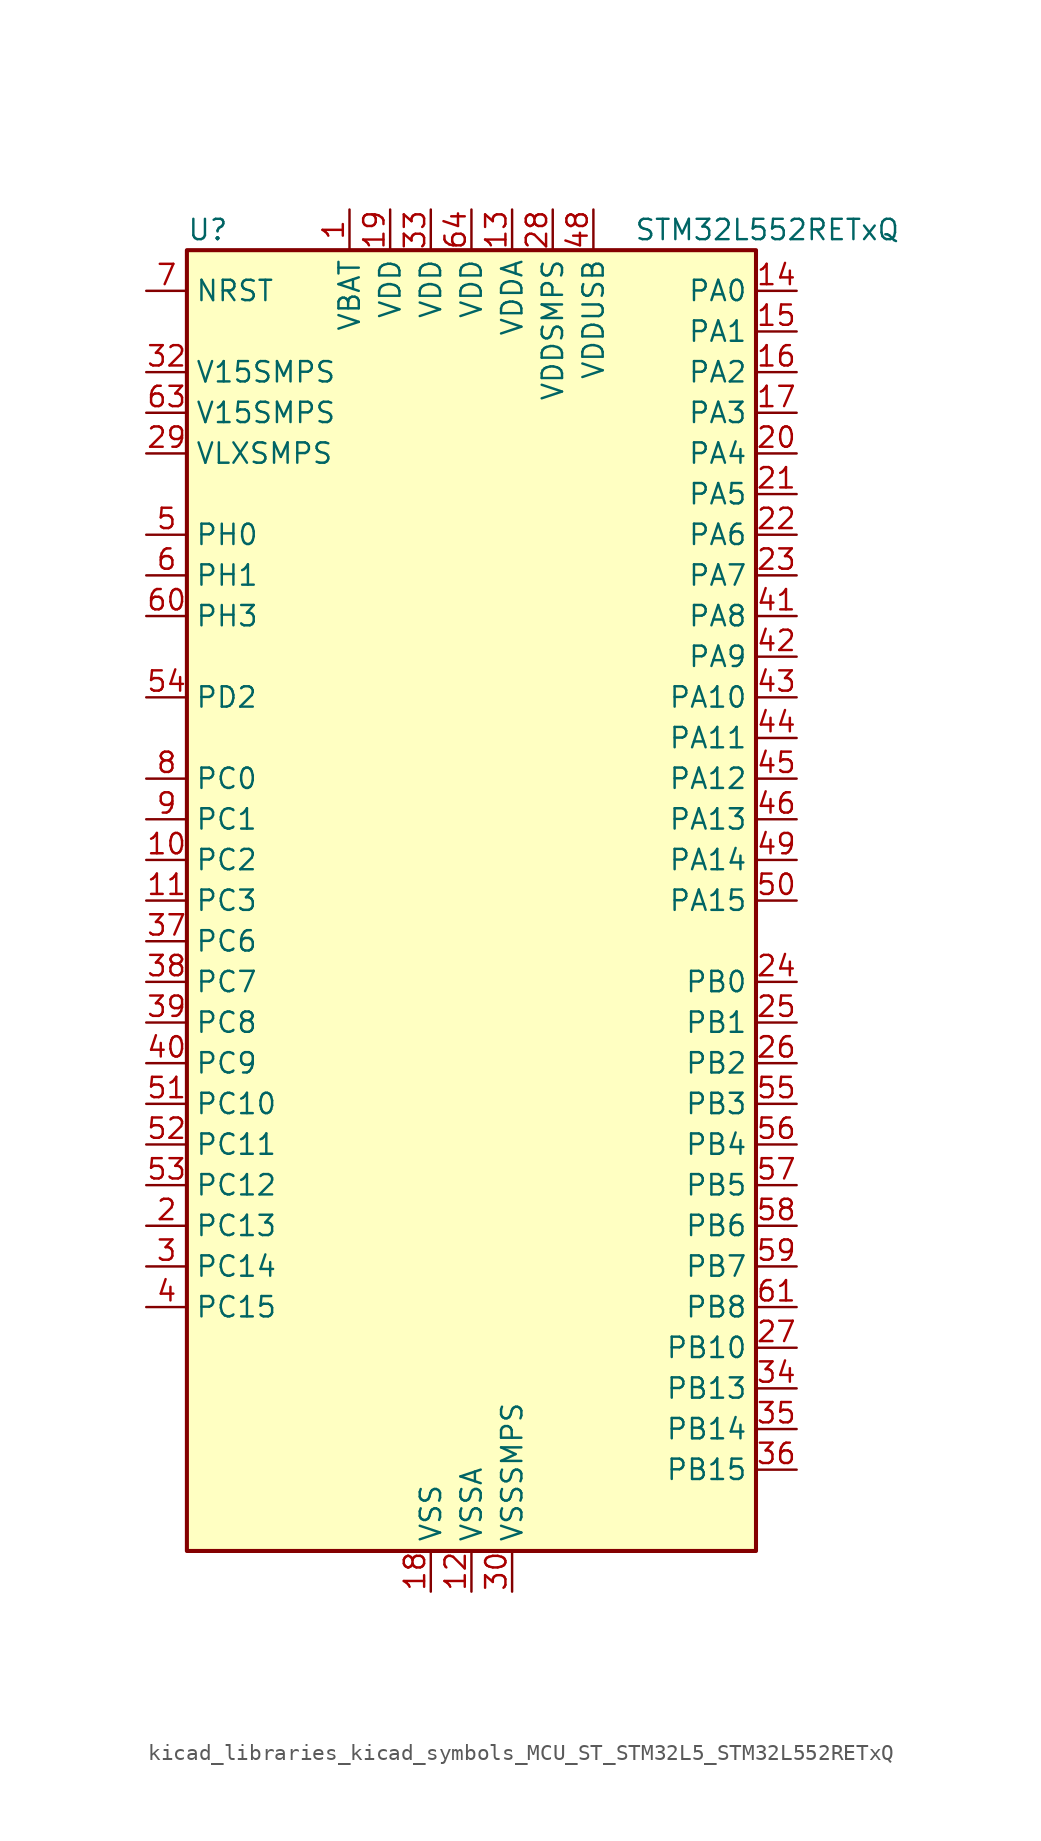
<source format=kicad_sym>
(kicad_symbol_lib
  (version 20220914)
  (generator kicad_symbol_editor)
  (symbol "kicad_libraries_kicad_symbols_MCU_ST_STM32L5_STM32L552RETxQ"
    (property "Reference" "U"
      (at -17.78 41.91 0)
      (effects (font (size 1.27 1.27)) (justify left)))
    (property "Value" "STM32L552RETxQ"
      (at 10.16 41.91 0)
      (effects (font (size 1.27 1.27)) (justify left)))
    (property "ki_locked" ""
      (at 0 0 0)
      (effects (font (size 1.27 1.27))))
    (symbol "kicad_libraries_kicad_symbols_MCU_ST_STM32L5_STM32L552RETxQ_0_1"
      (rectangle (start -17.78 -40.64) (end 17.78 40.64) (stroke (width 0.254) (type default)) (fill (type background))))
    (symbol "kicad_libraries_kicad_symbols_MCU_ST_STM32L5_STM32L552RETxQ_1_1"
      (pin power_in line (at -7.62 43.18 270) (length 2.54) (name "VBAT" (effects (font (size 1.27 1.27)))) (number "1" (effects (font (size 1.27 1.27)))))
      (pin bidirectional line (at -20.32 2.54 0) (length 2.54) (name "PC2" (effects (font (size 1.27 1.27)))) (number "10" (effects (font (size 1.27 1.27)))) (alternate "ADC1_IN3" bidirectional line) (alternate "ADC2_IN3" bidirectional line) (alternate "DFSDM1_CKOUT" bidirectional line) (alternate "LPTIM1_IN2" bidirectional line) (alternate "OCTOSPI1_IO5" bidirectional line) (alternate "SPI2_MISO" bidirectional line))
      (pin bidirectional line (at -20.32 0 0) (length 2.54) (name "PC3" (effects (font (size 1.27 1.27)))) (number "11" (effects (font (size 1.27 1.27)))) (alternate "ADC1_IN4" bidirectional line) (alternate "ADC2_IN4" bidirectional line) (alternate "LPTIM1_ETR" bidirectional line) (alternate "LPTIM2_ETR" bidirectional line) (alternate "LPTIM3_OUT" bidirectional line) (alternate "OCTOSPI1_IO6" bidirectional line) (alternate "SAI1_D1" bidirectional line) (alternate "SAI1_SD_A" bidirectional line) (alternate "SPI2_MOSI" bidirectional line))
      (pin power_in line (at 0 -43.18 90) (length 2.54) (name "VSSA" (effects (font (size 1.27 1.27)))) (number "12" (effects (font (size 1.27 1.27)))))
      (pin power_in line (at 2.54 43.18 270) (length 2.54) (name "VDDA" (effects (font (size 1.27 1.27)))) (number "13" (effects (font (size 1.27 1.27)))))
      (pin bidirectional line (at 20.32 38.1 180) (length 2.54) (name "PA0" (effects (font (size 1.27 1.27)))) (number "14" (effects (font (size 1.27 1.27)))) (alternate "ADC1_IN5" bidirectional line) (alternate "ADC2_IN5" bidirectional line) (alternate "OPAMP1_VINP" bidirectional line) (alternate "PWR_WKUP1" bidirectional line) (alternate "SAI1_EXTCLK" bidirectional line) (alternate "TAMP_IN2" bidirectional line) (alternate "TAMP_OUT1" bidirectional line) (alternate "TIM2_CH1" bidirectional line) (alternate "TIM2_ETR" bidirectional line) (alternate "TIM5_CH1" bidirectional line) (alternate "TIM8_ETR" bidirectional line) (alternate "UART4_TX" bidirectional line) (alternate "USART2_CTS" bidirectional line) (alternate "USART2_NSS" bidirectional line))
      (pin bidirectional line (at 20.32 35.56 180) (length 2.54) (name "PA1" (effects (font (size 1.27 1.27)))) (number "15" (effects (font (size 1.27 1.27)))) (alternate "ADC1_IN6" bidirectional line) (alternate "ADC2_IN6" bidirectional line) (alternate "I2C1_SMBA" bidirectional line) (alternate "OCTOSPI1_DQS" bidirectional line) (alternate "OPAMP1_VINM" bidirectional line) (alternate "SPI1_SCK" bidirectional line) (alternate "TAMP_IN5" bidirectional line) (alternate "TAMP_OUT4" bidirectional line) (alternate "TIM15_CH1N" bidirectional line) (alternate "TIM2_CH2" bidirectional line) (alternate "TIM5_CH2" bidirectional line) (alternate "UART4_RX" bidirectional line) (alternate "USART2_DE" bidirectional line) (alternate "USART2_RTS" bidirectional line))
      (pin bidirectional line (at 20.32 33.02 180) (length 2.54) (name "PA2" (effects (font (size 1.27 1.27)))) (number "16" (effects (font (size 1.27 1.27)))) (alternate "ADC1_IN7" bidirectional line) (alternate "ADC2_IN7" bidirectional line) (alternate "COMP1_INP" bidirectional line) (alternate "LPUART1_TX" bidirectional line) (alternate "OCTOSPI1_NCS" bidirectional line) (alternate "PWR_WKUP4" bidirectional line) (alternate "RCC_LSCO" bidirectional line) (alternate "SAI2_EXTCLK" bidirectional line) (alternate "TIM15_CH1" bidirectional line) (alternate "TIM2_CH3" bidirectional line) (alternate "TIM5_CH3" bidirectional line) (alternate "UCPD1_FRSTX1" bidirectional line) (alternate "USART2_TX" bidirectional line))
      (pin bidirectional line (at 20.32 30.48 180) (length 2.54) (name "PA3" (effects (font (size 1.27 1.27)))) (number "17" (effects (font (size 1.27 1.27)))) (alternate "ADC1_IN8" bidirectional line) (alternate "ADC2_IN8" bidirectional line) (alternate "LPUART1_RX" bidirectional line) (alternate "OCTOSPI1_CLK" bidirectional line) (alternate "OPAMP1_VOUT" bidirectional line) (alternate "SAI1_CK1" bidirectional line) (alternate "SAI1_MCLK_A" bidirectional line) (alternate "TIM15_CH2" bidirectional line) (alternate "TIM2_CH4" bidirectional line) (alternate "TIM5_CH4" bidirectional line) (alternate "USART2_RX" bidirectional line))
      (pin power_in line (at -2.54 -43.18 90) (length 2.54) (name "VSS" (effects (font (size 1.27 1.27)))) (number "18" (effects (font (size 1.27 1.27)))))
      (pin power_in line (at -5.08 43.18 270) (length 2.54) (name "VDD" (effects (font (size 1.27 1.27)))) (number "19" (effects (font (size 1.27 1.27)))))
      (pin bidirectional line (at -20.32 -20.32 0) (length 2.54) (name "PC13" (effects (font (size 1.27 1.27)))) (number "2" (effects (font (size 1.27 1.27)))) (alternate "PWR_WKUP2" bidirectional line) (alternate "RTC_OUT1" bidirectional line) (alternate "RTC_TS" bidirectional line) (alternate "TAMP_IN1" bidirectional line) (alternate "TAMP_OUT2" bidirectional line))
      (pin bidirectional line (at 20.32 27.94 180) (length 2.54) (name "PA4" (effects (font (size 1.27 1.27)))) (number "20" (effects (font (size 1.27 1.27)))) (alternate "ADC1_IN9" bidirectional line) (alternate "ADC2_IN9" bidirectional line) (alternate "DAC1_OUT1" bidirectional line) (alternate "LPTIM2_OUT" bidirectional line) (alternate "OCTOSPI1_NCS" bidirectional line) (alternate "SAI1_FS_B" bidirectional line) (alternate "SPI1_NSS" bidirectional line) (alternate "SPI3_NSS" bidirectional line) (alternate "USART2_CK" bidirectional line))
      (pin bidirectional line (at 20.32 25.4 180) (length 2.54) (name "PA5" (effects (font (size 1.27 1.27)))) (number "21" (effects (font (size 1.27 1.27)))) (alternate "ADC1_IN10" bidirectional line) (alternate "ADC2_IN10" bidirectional line) (alternate "DAC1_OUT2" bidirectional line) (alternate "LPTIM2_ETR" bidirectional line) (alternate "SPI1_SCK" bidirectional line) (alternate "TIM2_CH1" bidirectional line) (alternate "TIM2_ETR" bidirectional line) (alternate "TIM8_CH1N" bidirectional line))
      (pin bidirectional line (at 20.32 22.86 180) (length 2.54) (name "PA6" (effects (font (size 1.27 1.27)))) (number "22" (effects (font (size 1.27 1.27)))) (alternate "ADC1_IN11" bidirectional line) (alternate "ADC2_IN11" bidirectional line) (alternate "LPUART1_CTS" bidirectional line) (alternate "OCTOSPI1_IO3" bidirectional line) (alternate "OPAMP2_VINP" bidirectional line) (alternate "SPI1_MISO" bidirectional line) (alternate "TIM16_CH1" bidirectional line) (alternate "TIM1_BKIN" bidirectional line) (alternate "TIM3_CH1" bidirectional line) (alternate "TIM8_BKIN" bidirectional line) (alternate "USART3_CTS" bidirectional line) (alternate "USART3_NSS" bidirectional line))
      (pin bidirectional line (at 20.32 20.32 180) (length 2.54) (name "PA7" (effects (font (size 1.27 1.27)))) (number "23" (effects (font (size 1.27 1.27)))) (alternate "ADC1_IN12" bidirectional line) (alternate "ADC2_IN12" bidirectional line) (alternate "I2C3_SCL" bidirectional line) (alternate "OCTOSPI1_IO2" bidirectional line) (alternate "OPAMP2_VINM" bidirectional line) (alternate "SPI1_MOSI" bidirectional line) (alternate "TIM17_CH1" bidirectional line) (alternate "TIM1_CH1N" bidirectional line) (alternate "TIM3_CH2" bidirectional line) (alternate "TIM8_CH1N" bidirectional line))
      (pin bidirectional line (at 20.32 -5.08 180) (length 2.54) (name "PB0" (effects (font (size 1.27 1.27)))) (number "24" (effects (font (size 1.27 1.27)))) (alternate "ADC1_IN15" bidirectional line) (alternate "ADC2_IN15" bidirectional line) (alternate "COMP1_OUT" bidirectional line) (alternate "OCTOSPI1_IO1" bidirectional line) (alternate "OPAMP2_VOUT" bidirectional line) (alternate "SAI1_EXTCLK" bidirectional line) (alternate "SPI1_NSS" bidirectional line) (alternate "TIM1_CH2N" bidirectional line) (alternate "TIM3_CH3" bidirectional line) (alternate "TIM8_CH2N" bidirectional line) (alternate "USART3_CK" bidirectional line))
      (pin bidirectional line (at 20.32 -7.62 180) (length 2.54) (name "PB1" (effects (font (size 1.27 1.27)))) (number "25" (effects (font (size 1.27 1.27)))) (alternate "ADC1_IN16" bidirectional line) (alternate "ADC2_IN16" bidirectional line) (alternate "COMP1_INM" bidirectional line) (alternate "DFSDM1_DATIN0" bidirectional line) (alternate "LPTIM2_IN1" bidirectional line) (alternate "LPUART1_DE" bidirectional line) (alternate "LPUART1_RTS" bidirectional line) (alternate "OCTOSPI1_IO0" bidirectional line) (alternate "TIM1_CH3N" bidirectional line) (alternate "TIM3_CH4" bidirectional line) (alternate "TIM8_CH3N" bidirectional line) (alternate "USART3_DE" bidirectional line) (alternate "USART3_RTS" bidirectional line))
      (pin bidirectional line (at 20.32 -10.16 180) (length 2.54) (name "PB2" (effects (font (size 1.27 1.27)))) (number "26" (effects (font (size 1.27 1.27)))) (alternate "COMP1_INP" bidirectional line) (alternate "DFSDM1_CKIN0" bidirectional line) (alternate "I2C3_SMBA" bidirectional line) (alternate "LPTIM1_OUT" bidirectional line) (alternate "OCTOSPI1_DQS" bidirectional line) (alternate "RTC_OUT2" bidirectional line) (alternate "UCPD1_FRSTX1" bidirectional line))
      (pin bidirectional line (at 20.32 -27.94 180) (length 2.54) (name "PB10" (effects (font (size 1.27 1.27)))) (number "27" (effects (font (size 1.27 1.27)))) (alternate "COMP1_OUT" bidirectional line) (alternate "I2C2_SCL" bidirectional line) (alternate "I2C4_SCL" bidirectional line) (alternate "LPTIM3_OUT" bidirectional line) (alternate "LPUART1_RX" bidirectional line) (alternate "OCTOSPI1_CLK" bidirectional line) (alternate "SAI1_SCK_A" bidirectional line) (alternate "SPI2_SCK" bidirectional line) (alternate "TIM2_CH3" bidirectional line) (alternate "TSC_SYNC" bidirectional line) (alternate "USART3_TX" bidirectional line))
      (pin power_in line (at 5.08 43.18 270) (length 2.54) (name "VDDSMPS" (effects (font (size 1.27 1.27)))) (number "28" (effects (font (size 1.27 1.27)))))
      (pin power_in line (at -20.32 27.94 0) (length 2.54) (name "VLXSMPS" (effects (font (size 1.27 1.27)))) (number "29" (effects (font (size 1.27 1.27)))))
      (pin bidirectional line (at -20.32 -22.86 0) (length 2.54) (name "PC14" (effects (font (size 1.27 1.27)))) (number "3" (effects (font (size 1.27 1.27)))) (alternate "RCC_OSC32_IN" bidirectional line))
      (pin power_in line (at 2.54 -43.18 90) (length 2.54) (name "VSSSMPS" (effects (font (size 1.27 1.27)))) (number "30" (effects (font (size 1.27 1.27)))))
      (pin passive line (at -2.54 -43.18 90) (length 2.54) hide (name "VSS" (effects (font (size 1.27 1.27)))) (number "31" (effects (font (size 1.27 1.27)))))
      (pin power_in line (at -20.32 33.02 0) (length 2.54) (name "V15SMPS" (effects (font (size 1.27 1.27)))) (number "32" (effects (font (size 1.27 1.27)))))
      (pin power_in line (at -2.54 43.18 270) (length 2.54) (name "VDD" (effects (font (size 1.27 1.27)))) (number "33" (effects (font (size 1.27 1.27)))))
      (pin bidirectional line (at 20.32 -30.48 180) (length 2.54) (name "PB13" (effects (font (size 1.27 1.27)))) (number "34" (effects (font (size 1.27 1.27)))) (alternate "DFSDM1_CKIN1" bidirectional line) (alternate "I2C2_SCL" bidirectional line) (alternate "LPTIM3_IN1" bidirectional line) (alternate "LPUART1_CTS" bidirectional line) (alternate "SAI2_SCK_A" bidirectional line) (alternate "SPI2_SCK" bidirectional line) (alternate "TIM15_CH1N" bidirectional line) (alternate "TIM1_CH1N" bidirectional line) (alternate "TSC_G1_IO2" bidirectional line) (alternate "UCPD1_FRSTX2" bidirectional line) (alternate "USART3_CTS" bidirectional line) (alternate "USART3_NSS" bidirectional line))
      (pin bidirectional line (at 20.32 -33.02 180) (length 2.54) (name "PB14" (effects (font (size 1.27 1.27)))) (number "35" (effects (font (size 1.27 1.27)))) (alternate "DFSDM1_DATIN2" bidirectional line) (alternate "I2C2_SDA" bidirectional line) (alternate "LPTIM3_ETR" bidirectional line) (alternate "SAI2_MCLK_A" bidirectional line) (alternate "SPI2_MISO" bidirectional line) (alternate "TIM15_CH1" bidirectional line) (alternate "TIM1_CH2N" bidirectional line) (alternate "TIM8_CH2N" bidirectional line) (alternate "TSC_G1_IO3" bidirectional line) (alternate "UCPD1_DBCC2" bidirectional line) (alternate "USART3_DE" bidirectional line) (alternate "USART3_RTS" bidirectional line))
      (pin bidirectional line (at 20.32 -35.56 180) (length 2.54) (name "PB15" (effects (font (size 1.27 1.27)))) (number "36" (effects (font (size 1.27 1.27)))) (alternate "ADC1_EXTI15" bidirectional line) (alternate "ADC2_EXTI15" bidirectional line) (alternate "DFSDM1_CKIN2" bidirectional line) (alternate "RTC_REFIN" bidirectional line) (alternate "SAI2_SD_A" bidirectional line) (alternate "SPI2_MOSI" bidirectional line) (alternate "TIM15_CH2" bidirectional line) (alternate "TIM1_CH3N" bidirectional line) (alternate "TIM8_CH3N" bidirectional line) (alternate "UCPD1_CC2" bidirectional line))
      (pin bidirectional line (at -20.32 -2.54 0) (length 2.54) (name "PC6" (effects (font (size 1.27 1.27)))) (number "37" (effects (font (size 1.27 1.27)))) (alternate "DFSDM1_CKIN3" bidirectional line) (alternate "SAI2_MCLK_A" bidirectional line) (alternate "SDMMC1_D0DIR" bidirectional line) (alternate "SDMMC1_D6" bidirectional line) (alternate "TIM3_CH1" bidirectional line) (alternate "TIM8_CH1" bidirectional line) (alternate "TSC_G4_IO1" bidirectional line))
      (pin bidirectional line (at -20.32 -5.08 0) (length 2.54) (name "PC7" (effects (font (size 1.27 1.27)))) (number "38" (effects (font (size 1.27 1.27)))) (alternate "DFSDM1_DATIN3" bidirectional line) (alternate "SAI2_MCLK_B" bidirectional line) (alternate "SDMMC1_D123DIR" bidirectional line) (alternate "SDMMC1_D7" bidirectional line) (alternate "TIM3_CH2" bidirectional line) (alternate "TIM8_CH2" bidirectional line) (alternate "TSC_G4_IO2" bidirectional line))
      (pin bidirectional line (at -20.32 -7.62 0) (length 2.54) (name "PC8" (effects (font (size 1.27 1.27)))) (number "39" (effects (font (size 1.27 1.27)))) (alternate "SDMMC1_D0" bidirectional line) (alternate "TIM3_CH3" bidirectional line) (alternate "TIM8_CH3" bidirectional line) (alternate "TSC_G4_IO3" bidirectional line))
      (pin bidirectional line (at -20.32 -25.4 0) (length 2.54) (name "PC15" (effects (font (size 1.27 1.27)))) (number "4" (effects (font (size 1.27 1.27)))) (alternate "ADC1_EXTI15" bidirectional line) (alternate "ADC2_EXTI15" bidirectional line) (alternate "RCC_OSC32_OUT" bidirectional line))
      (pin bidirectional line (at -20.32 -10.16 0) (length 2.54) (name "PC9" (effects (font (size 1.27 1.27)))) (number "40" (effects (font (size 1.27 1.27)))) (alternate "DAC1_EXTI9" bidirectional line) (alternate "DEBUG_TRACED0" bidirectional line) (alternate "SAI2_EXTCLK" bidirectional line) (alternate "SDMMC1_D1" bidirectional line) (alternate "TIM3_CH4" bidirectional line) (alternate "TIM8_BKIN2" bidirectional line) (alternate "TIM8_CH4" bidirectional line) (alternate "TSC_G4_IO4" bidirectional line) (alternate "USB_NOE" bidirectional line))
      (pin bidirectional line (at 20.32 17.78 180) (length 2.54) (name "PA8" (effects (font (size 1.27 1.27)))) (number "41" (effects (font (size 1.27 1.27)))) (alternate "LPTIM2_OUT" bidirectional line) (alternate "RCC_MCO" bidirectional line) (alternate "SAI1_CK2" bidirectional line) (alternate "SAI1_SCK_A" bidirectional line) (alternate "TIM1_CH1" bidirectional line) (alternate "USART1_CK" bidirectional line))
      (pin bidirectional line (at 20.32 15.24 180) (length 2.54) (name "PA9" (effects (font (size 1.27 1.27)))) (number "42" (effects (font (size 1.27 1.27)))) (alternate "DAC1_EXTI9" bidirectional line) (alternate "SAI1_FS_A" bidirectional line) (alternate "SPI2_SCK" bidirectional line) (alternate "TIM15_BKIN" bidirectional line) (alternate "TIM1_CH2" bidirectional line) (alternate "USART1_TX" bidirectional line))
      (pin bidirectional line (at 20.32 12.7 180) (length 2.54) (name "PA10" (effects (font (size 1.27 1.27)))) (number "43" (effects (font (size 1.27 1.27)))) (alternate "CRS_SYNC" bidirectional line) (alternate "SAI1_D1" bidirectional line) (alternate "SAI1_SD_A" bidirectional line) (alternate "TIM17_BKIN" bidirectional line) (alternate "TIM1_CH3" bidirectional line) (alternate "USART1_RX" bidirectional line))
      (pin bidirectional line (at 20.32 10.16 180) (length 2.54) (name "PA11" (effects (font (size 1.27 1.27)))) (number "44" (effects (font (size 1.27 1.27)))) (alternate "ADC1_EXTI11" bidirectional line) (alternate "ADC2_EXTI11" bidirectional line) (alternate "FDCAN1_RX" bidirectional line) (alternate "SPI1_MISO" bidirectional line) (alternate "TIM1_BKIN2" bidirectional line) (alternate "TIM1_CH4" bidirectional line) (alternate "USART1_CTS" bidirectional line) (alternate "USART1_NSS" bidirectional line) (alternate "USB_DM" bidirectional line))
      (pin bidirectional line (at 20.32 7.62 180) (length 2.54) (name "PA12" (effects (font (size 1.27 1.27)))) (number "45" (effects (font (size 1.27 1.27)))) (alternate "FDCAN1_TX" bidirectional line) (alternate "SPI1_MOSI" bidirectional line) (alternate "TIM1_ETR" bidirectional line) (alternate "USART1_DE" bidirectional line) (alternate "USART1_RTS" bidirectional line) (alternate "USB_DP" bidirectional line))
      (pin bidirectional line (at 20.32 5.08 180) (length 2.54) (name "PA13" (effects (font (size 1.27 1.27)))) (number "46" (effects (font (size 1.27 1.27)))) (alternate "DEBUG_JTMS-SWDIO" bidirectional line) (alternate "IR_OUT" bidirectional line) (alternate "SAI1_SD_B" bidirectional line) (alternate "USB_NOE" bidirectional line))
      (pin passive line (at -2.54 -43.18 90) (length 2.54) hide (name "VSS" (effects (font (size 1.27 1.27)))) (number "47" (effects (font (size 1.27 1.27)))))
      (pin power_in line (at 7.62 43.18 270) (length 2.54) (name "VDDUSB" (effects (font (size 1.27 1.27)))) (number "48" (effects (font (size 1.27 1.27)))))
      (pin bidirectional line (at 20.32 2.54 180) (length 2.54) (name "PA14" (effects (font (size 1.27 1.27)))) (number "49" (effects (font (size 1.27 1.27)))) (alternate "DEBUG_JTCK-SWCLK" bidirectional line) (alternate "I2C1_SMBA" bidirectional line) (alternate "I2C4_SMBA" bidirectional line) (alternate "LPTIM1_OUT" bidirectional line) (alternate "SAI1_FS_B" bidirectional line))
      (pin bidirectional line (at -20.32 22.86 0) (length 2.54) (name "PH0" (effects (font (size 1.27 1.27)))) (number "5" (effects (font (size 1.27 1.27)))) (alternate "RCC_OSC_IN" bidirectional line))
      (pin bidirectional line (at 20.32 0 180) (length 2.54) (name "PA15" (effects (font (size 1.27 1.27)))) (number "50" (effects (font (size 1.27 1.27)))) (alternate "ADC1_EXTI15" bidirectional line) (alternate "ADC2_EXTI15" bidirectional line) (alternate "DEBUG_JTDI" bidirectional line) (alternate "SAI2_FS_B" bidirectional line) (alternate "SPI1_NSS" bidirectional line) (alternate "SPI3_NSS" bidirectional line) (alternate "TIM2_CH1" bidirectional line) (alternate "TIM2_ETR" bidirectional line) (alternate "UART4_DE" bidirectional line) (alternate "UART4_RTS" bidirectional line) (alternate "UCPD1_CC1" bidirectional line) (alternate "USART2_RX" bidirectional line) (alternate "USART3_DE" bidirectional line) (alternate "USART3_RTS" bidirectional line))
      (pin bidirectional line (at -20.32 -12.7 0) (length 2.54) (name "PC10" (effects (font (size 1.27 1.27)))) (number "51" (effects (font (size 1.27 1.27)))) (alternate "DEBUG_TRACED1" bidirectional line) (alternate "LPTIM3_ETR" bidirectional line) (alternate "SAI2_SCK_B" bidirectional line) (alternate "SDMMC1_D2" bidirectional line) (alternate "SPI3_SCK" bidirectional line) (alternate "TSC_G3_IO2" bidirectional line) (alternate "UART4_TX" bidirectional line) (alternate "USART3_TX" bidirectional line))
      (pin bidirectional line (at -20.32 -15.24 0) (length 2.54) (name "PC11" (effects (font (size 1.27 1.27)))) (number "52" (effects (font (size 1.27 1.27)))) (alternate "ADC1_EXTI11" bidirectional line) (alternate "ADC2_EXTI11" bidirectional line) (alternate "LPTIM3_IN1" bidirectional line) (alternate "OCTOSPI1_NCS" bidirectional line) (alternate "SAI2_MCLK_B" bidirectional line) (alternate "SDMMC1_D3" bidirectional line) (alternate "SPI3_MISO" bidirectional line) (alternate "TSC_G3_IO3" bidirectional line) (alternate "UART4_RX" bidirectional line) (alternate "UCPD1_FRSTX2" bidirectional line) (alternate "USART3_RX" bidirectional line))
      (pin bidirectional line (at -20.32 -17.78 0) (length 2.54) (name "PC12" (effects (font (size 1.27 1.27)))) (number "53" (effects (font (size 1.27 1.27)))) (alternate "DEBUG_TRACED3" bidirectional line) (alternate "SAI2_SD_B" bidirectional line) (alternate "SDMMC1_CK" bidirectional line) (alternate "SPI3_MOSI" bidirectional line) (alternate "TSC_G3_IO4" bidirectional line) (alternate "UART5_TX" bidirectional line) (alternate "USART3_CK" bidirectional line))
      (pin bidirectional line (at -20.32 12.7 0) (length 2.54) (name "PD2" (effects (font (size 1.27 1.27)))) (number "54" (effects (font (size 1.27 1.27)))) (alternate "DEBUG_TRACED2" bidirectional line) (alternate "SDMMC1_CMD" bidirectional line) (alternate "TIM3_ETR" bidirectional line) (alternate "TSC_SYNC" bidirectional line) (alternate "UART5_RX" bidirectional line) (alternate "USART3_DE" bidirectional line) (alternate "USART3_RTS" bidirectional line))
      (pin bidirectional line (at 20.32 -12.7 180) (length 2.54) (name "PB3" (effects (font (size 1.27 1.27)))) (number "55" (effects (font (size 1.27 1.27)))) (alternate "COMP2_INM" bidirectional line) (alternate "CRS_SYNC" bidirectional line) (alternate "DEBUG_JTDO-SWO" bidirectional line) (alternate "SAI1_SCK_B" bidirectional line) (alternate "SPI1_SCK" bidirectional line) (alternate "SPI3_SCK" bidirectional line) (alternate "TIM2_CH2" bidirectional line) (alternate "USART1_DE" bidirectional line) (alternate "USART1_RTS" bidirectional line))
      (pin bidirectional line (at 20.32 -15.24 180) (length 2.54) (name "PB4" (effects (font (size 1.27 1.27)))) (number "56" (effects (font (size 1.27 1.27)))) (alternate "COMP2_INP" bidirectional line) (alternate "DEBUG_JTRST" bidirectional line) (alternate "I2C3_SDA" bidirectional line) (alternate "SAI1_MCLK_B" bidirectional line) (alternate "SPI1_MISO" bidirectional line) (alternate "SPI3_MISO" bidirectional line) (alternate "TIM17_BKIN" bidirectional line) (alternate "TIM3_CH1" bidirectional line) (alternate "TSC_G2_IO1" bidirectional line) (alternate "UART5_DE" bidirectional line) (alternate "UART5_RTS" bidirectional line) (alternate "USART1_CTS" bidirectional line) (alternate "USART1_NSS" bidirectional line))
      (pin bidirectional line (at 20.32 -17.78 180) (length 2.54) (name "PB5" (effects (font (size 1.27 1.27)))) (number "57" (effects (font (size 1.27 1.27)))) (alternate "COMP2_OUT" bidirectional line) (alternate "I2C1_SMBA" bidirectional line) (alternate "LPTIM1_IN1" bidirectional line) (alternate "OCTOSPI1_NCLK" bidirectional line) (alternate "SAI1_SD_B" bidirectional line) (alternate "SPI1_MOSI" bidirectional line) (alternate "SPI3_MOSI" bidirectional line) (alternate "TIM16_BKIN" bidirectional line) (alternate "TIM3_CH2" bidirectional line) (alternate "TSC_G2_IO2" bidirectional line) (alternate "UART5_CTS" bidirectional line) (alternate "UCPD1_DBCC1" bidirectional line) (alternate "USART1_CK" bidirectional line))
      (pin bidirectional line (at 20.32 -20.32 180) (length 2.54) (name "PB6" (effects (font (size 1.27 1.27)))) (number "58" (effects (font (size 1.27 1.27)))) (alternate "COMP2_INP" bidirectional line) (alternate "I2C1_SCL" bidirectional line) (alternate "I2C4_SCL" bidirectional line) (alternate "LPTIM1_ETR" bidirectional line) (alternate "SAI1_FS_B" bidirectional line) (alternate "TIM16_CH1N" bidirectional line) (alternate "TIM4_CH1" bidirectional line) (alternate "TIM8_BKIN2" bidirectional line) (alternate "TSC_G2_IO3" bidirectional line) (alternate "USART1_TX" bidirectional line))
      (pin bidirectional line (at 20.32 -22.86 180) (length 2.54) (name "PB7" (effects (font (size 1.27 1.27)))) (number "59" (effects (font (size 1.27 1.27)))) (alternate "COMP2_INM" bidirectional line) (alternate "I2C1_SDA" bidirectional line) (alternate "I2C4_SDA" bidirectional line) (alternate "LPTIM1_IN2" bidirectional line) (alternate "PWR_PVD_IN" bidirectional line) (alternate "TIM17_CH1N" bidirectional line) (alternate "TIM4_CH2" bidirectional line) (alternate "TIM8_BKIN" bidirectional line) (alternate "TSC_G2_IO4" bidirectional line) (alternate "UART4_CTS" bidirectional line) (alternate "USART1_RX" bidirectional line))
      (pin bidirectional line (at -20.32 20.32 0) (length 2.54) (name "PH1" (effects (font (size 1.27 1.27)))) (number "6" (effects (font (size 1.27 1.27)))) (alternate "RCC_OSC_OUT" bidirectional line))
      (pin bidirectional line (at -20.32 17.78 0) (length 2.54) (name "PH3" (effects (font (size 1.27 1.27)))) (number "60" (effects (font (size 1.27 1.27)))))
      (pin bidirectional line (at 20.32 -25.4 180) (length 2.54) (name "PB8" (effects (font (size 1.27 1.27)))) (number "61" (effects (font (size 1.27 1.27)))) (alternate "DFSDM1_CKOUT" bidirectional line) (alternate "FDCAN1_RX" bidirectional line) (alternate "I2C1_SCL" bidirectional line) (alternate "SAI1_CK1" bidirectional line) (alternate "SAI1_MCLK_A" bidirectional line) (alternate "SDMMC1_CKIN" bidirectional line) (alternate "SDMMC1_D4" bidirectional line) (alternate "TIM16_CH1" bidirectional line) (alternate "TIM4_CH3" bidirectional line))
      (pin passive line (at -2.54 -43.18 90) (length 2.54) hide (name "VSS" (effects (font (size 1.27 1.27)))) (number "62" (effects (font (size 1.27 1.27)))))
      (pin power_in line (at -20.32 30.48 0) (length 2.54) (name "V15SMPS" (effects (font (size 1.27 1.27)))) (number "63" (effects (font (size 1.27 1.27)))))
      (pin power_in line (at 0 43.18 270) (length 2.54) (name "VDD" (effects (font (size 1.27 1.27)))) (number "64" (effects (font (size 1.27 1.27)))))
      (pin input line (at -20.32 38.1 0) (length 2.54) (name "NRST" (effects (font (size 1.27 1.27)))) (number "7" (effects (font (size 1.27 1.27)))))
      (pin bidirectional line (at -20.32 7.62 0) (length 2.54) (name "PC0" (effects (font (size 1.27 1.27)))) (number "8" (effects (font (size 1.27 1.27)))) (alternate "ADC1_IN1" bidirectional line) (alternate "ADC2_IN1" bidirectional line) (alternate "I2C3_SCL" bidirectional line) (alternate "LPTIM1_IN1" bidirectional line) (alternate "LPTIM2_IN1" bidirectional line) (alternate "LPUART1_RX" bidirectional line) (alternate "OCTOSPI1_IO7" bidirectional line) (alternate "SAI2_FS_A" bidirectional line) (alternate "SDMMC1_D5" bidirectional line))
      (pin bidirectional line (at -20.32 5.08 0) (length 2.54) (name "PC1" (effects (font (size 1.27 1.27)))) (number "9" (effects (font (size 1.27 1.27)))) (alternate "ADC1_IN2" bidirectional line) (alternate "ADC2_IN2" bidirectional line) (alternate "DEBUG_TRACED0" bidirectional line) (alternate "I2C3_SDA" bidirectional line) (alternate "LPTIM1_OUT" bidirectional line) (alternate "LPUART1_TX" bidirectional line) (alternate "OCTOSPI1_IO4" bidirectional line) (alternate "SAI1_SD_A" bidirectional line) (alternate "SPI2_MOSI" bidirectional line)))))
</source>
